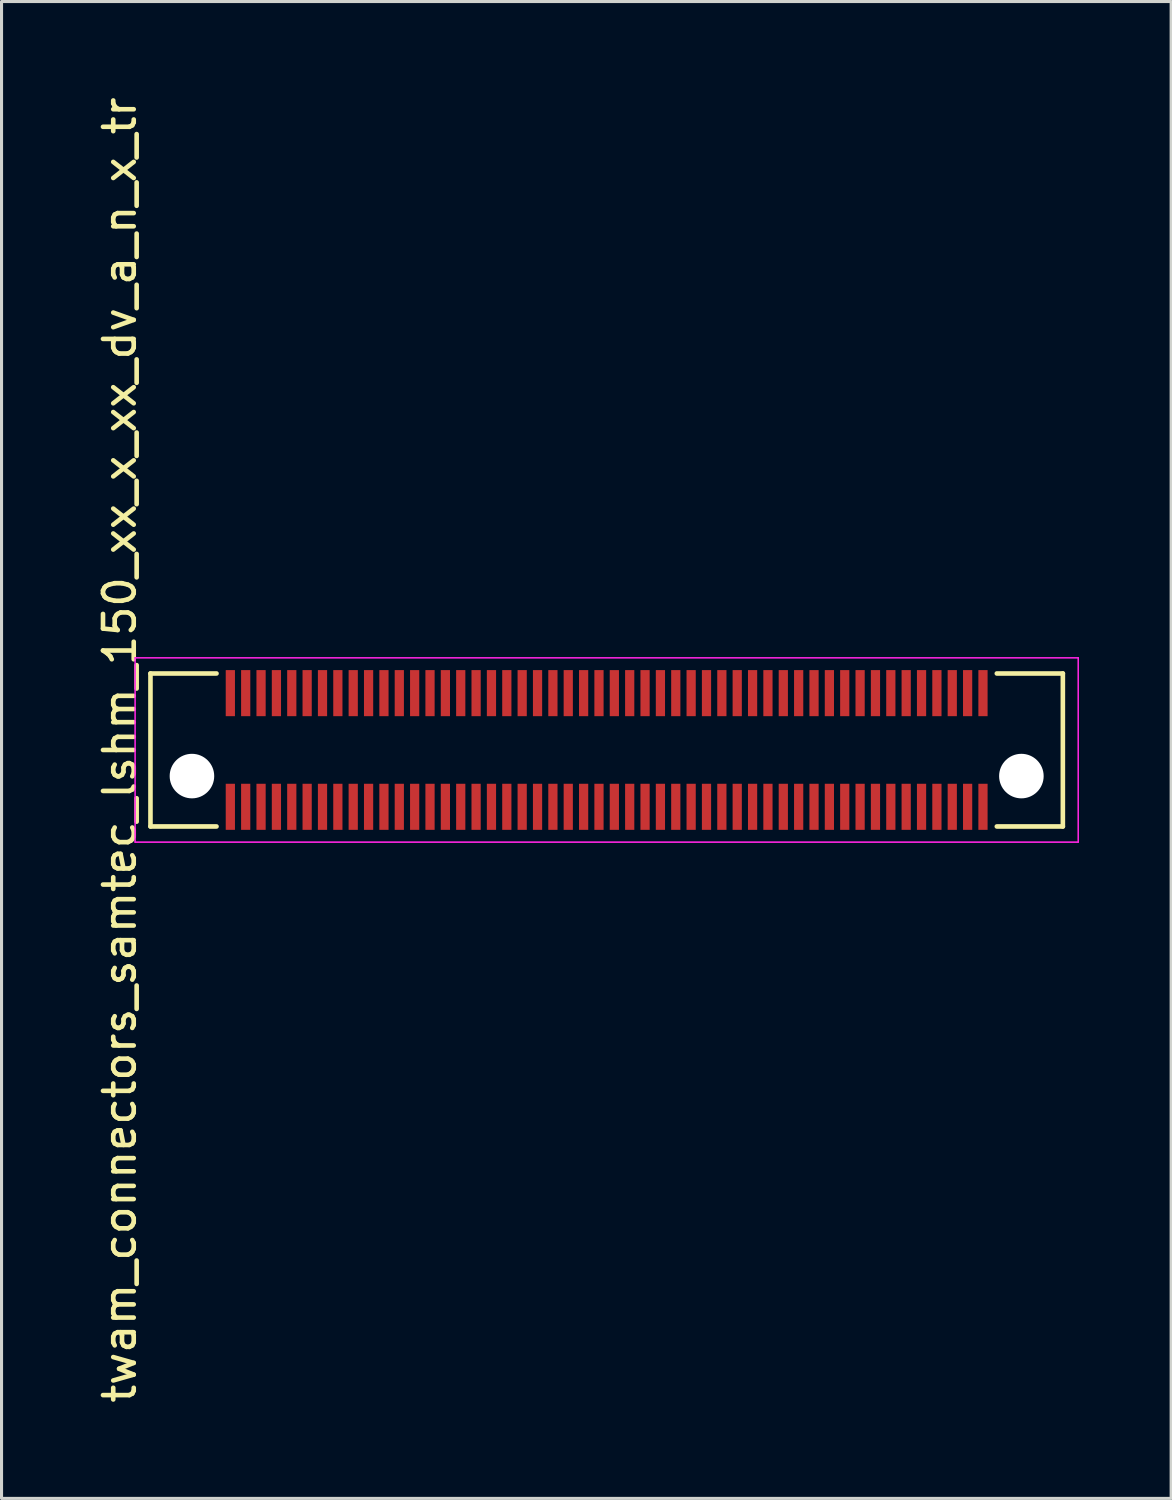
<source format=kicad_pcb>
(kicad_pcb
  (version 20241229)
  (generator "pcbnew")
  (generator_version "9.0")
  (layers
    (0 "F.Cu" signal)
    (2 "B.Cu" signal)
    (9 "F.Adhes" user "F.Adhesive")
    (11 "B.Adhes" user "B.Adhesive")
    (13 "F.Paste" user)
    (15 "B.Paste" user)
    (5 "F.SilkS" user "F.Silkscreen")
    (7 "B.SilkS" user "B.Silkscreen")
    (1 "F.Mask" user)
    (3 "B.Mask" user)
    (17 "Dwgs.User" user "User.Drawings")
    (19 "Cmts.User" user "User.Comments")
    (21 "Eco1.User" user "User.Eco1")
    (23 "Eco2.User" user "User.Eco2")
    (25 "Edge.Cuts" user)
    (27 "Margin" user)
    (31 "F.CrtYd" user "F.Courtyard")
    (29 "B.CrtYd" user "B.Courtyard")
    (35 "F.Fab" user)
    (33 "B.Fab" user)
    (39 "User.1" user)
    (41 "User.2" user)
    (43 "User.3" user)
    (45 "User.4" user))
  (footprint "twam_connectors_samtec_lshm_150_xx_x_xx_dv_a_n_x_tr"
    (layer "F.Cu")
    (at 16.698 21.363)
    (property "Reference" "twam_connectors_samtec_lshm_150_xx_x_xx_dv_a_n_x_tr" (at -15.85 0 270) (layer "F.SilkS") (effects (font (size 1 1) (thickness 0.15))))
    (attr smd)
    (fp_line (start -14.85 -2.49) (end -14.85 2.49) (stroke (width 0.15) (type solid)) (layer "F.SilkS"))
    (fp_line (start -14.85 -2.49) (end -12.7 -2.49) (stroke (width 0.15) (type solid)) (layer "F.SilkS"))
    (fp_line (start -14.85 2.49) (end -12.7 2.49) (stroke (width 0.15) (type solid)) (layer "F.SilkS"))
    (fp_line (start 12.7 -2.49) (end 14.85 -2.49) (stroke (width 0.15) (type solid)) (layer "F.SilkS"))
    (fp_line (start 12.7 2.49) (end 14.85 2.49) (stroke (width 0.15) (type solid)) (layer "F.SilkS"))
    (fp_line (start 14.85 -2.49) (end 14.85 2.49) (stroke (width 0.15) (type solid)) (layer "F.SilkS"))
    (fp_line (start -15.35 -3) (end -15.35 3) (stroke (width 0.05) (type solid)) (layer "F.CrtYd"))
    (fp_line (start -15.35 -3) (end 15.35 -3) (stroke (width 0.05) (type solid)) (layer "F.CrtYd"))
    (fp_line (start -15.35 3) (end 15.35 3) (stroke (width 0.05) (type solid)) (layer "F.CrtYd"))
    (fp_line (start 15.35 -3) (end 15.35 3) (stroke (width 0.05) (type solid)) (layer "F.CrtYd"))
    (pad "" np_thru_hole circle (at -13.5 0.85) (size 1.45 1.45) (drill 1.45) (layers "*.Cu" "*.Mask"))
    (pad "" np_thru_hole circle (at 13.5 0.85) (size 1.45 1.45) (drill 1.45) (layers "*.Cu" "*.Mask"))
    (pad "1" smd rect (at 12.25 1.85) (size 0.3 1.5) (layers "F.Cu" "F.Mask" "F.Paste"))
    (pad "2" smd rect (at 12.25 -1.85) (size 0.3 1.5) (layers "F.Cu" "F.Mask" "F.Paste"))
    (pad "3" smd rect (at 11.75 1.85) (size 0.3 1.5) (layers "F.Cu" "F.Mask" "F.Paste"))
    (pad "4" smd rect (at 11.75 -1.85) (size 0.3 1.5) (layers "F.Cu" "F.Mask" "F.Paste"))
    (pad "5" smd rect (at 11.25 1.85) (size 0.3 1.5) (layers "F.Cu" "F.Mask" "F.Paste"))
    (pad "6" smd rect (at 11.25 -1.85) (size 0.3 1.5) (layers "F.Cu" "F.Mask" "F.Paste"))
    (pad "7" smd rect (at 10.75 1.85) (size 0.3 1.5) (layers "F.Cu" "F.Mask" "F.Paste"))
    (pad "8" smd rect (at 10.75 -1.85) (size 0.3 1.5) (layers "F.Cu" "F.Mask" "F.Paste"))
    (pad "9" smd rect (at 10.25 1.85) (size 0.3 1.5) (layers "F.Cu" "F.Mask" "F.Paste"))
    (pad "10" smd rect (at 10.25 -1.85) (size 0.3 1.5) (layers "F.Cu" "F.Mask" "F.Paste"))
    (pad "11" smd rect (at 9.75 1.85) (size 0.3 1.5) (layers "F.Cu" "F.Mask" "F.Paste"))
    (pad "12" smd rect (at 9.75 -1.85) (size 0.3 1.5) (layers "F.Cu" "F.Mask" "F.Paste"))
    (pad "13" smd rect (at 9.25 1.85) (size 0.3 1.5) (layers "F.Cu" "F.Mask" "F.Paste"))
    (pad "14" smd rect (at 9.25 -1.85) (size 0.3 1.5) (layers "F.Cu" "F.Mask" "F.Paste"))
    (pad "15" smd rect (at 8.75 1.85) (size 0.3 1.5) (layers "F.Cu" "F.Mask" "F.Paste"))
    (pad "16" smd rect (at 8.75 -1.85) (size 0.3 1.5) (layers "F.Cu" "F.Mask" "F.Paste"))
    (pad "17" smd rect (at 8.25 1.85) (size 0.3 1.5) (layers "F.Cu" "F.Mask" "F.Paste"))
    (pad "18" smd rect (at 8.25 -1.85) (size 0.3 1.5) (layers "F.Cu" "F.Mask" "F.Paste"))
    (pad "19" smd rect (at 7.75 1.85) (size 0.3 1.5) (layers "F.Cu" "F.Mask" "F.Paste"))
    (pad "20" smd rect (at 7.75 -1.85) (size 0.3 1.5) (layers "F.Cu" "F.Mask" "F.Paste"))
    (pad "21" smd rect (at 7.25 1.85) (size 0.3 1.5) (layers "F.Cu" "F.Mask" "F.Paste"))
    (pad "22" smd rect (at 7.25 -1.85) (size 0.3 1.5) (layers "F.Cu" "F.Mask" "F.Paste"))
    (pad "23" smd rect (at 6.75 1.85) (size 0.3 1.5) (layers "F.Cu" "F.Mask" "F.Paste"))
    (pad "24" smd rect (at 6.75 -1.85) (size 0.3 1.5) (layers "F.Cu" "F.Mask" "F.Paste"))
    (pad "25" smd rect (at 6.25 1.85) (size 0.3 1.5) (layers "F.Cu" "F.Mask" "F.Paste"))
    (pad "26" smd rect (at 6.25 -1.85) (size 0.3 1.5) (layers "F.Cu" "F.Mask" "F.Paste"))
    (pad "27" smd rect (at 5.75 1.85) (size 0.3 1.5) (layers "F.Cu" "F.Mask" "F.Paste"))
    (pad "28" smd rect (at 5.75 -1.85) (size 0.3 1.5) (layers "F.Cu" "F.Mask" "F.Paste"))
    (pad "29" smd rect (at 5.25 1.85) (size 0.3 1.5) (layers "F.Cu" "F.Mask" "F.Paste"))
    (pad "30" smd rect (at 5.25 -1.85) (size 0.3 1.5) (layers "F.Cu" "F.Mask" "F.Paste"))
    (pad "31" smd rect (at 4.75 1.85) (size 0.3 1.5) (layers "F.Cu" "F.Mask" "F.Paste"))
    (pad "32" smd rect (at 4.75 -1.85) (size 0.3 1.5) (layers "F.Cu" "F.Mask" "F.Paste"))
    (pad "33" smd rect (at 4.25 1.85) (size 0.3 1.5) (layers "F.Cu" "F.Mask" "F.Paste"))
    (pad "34" smd rect (at 4.25 -1.85) (size 0.3 1.5) (layers "F.Cu" "F.Mask" "F.Paste"))
    (pad "35" smd rect (at 3.75 1.85) (size 0.3 1.5) (layers "F.Cu" "F.Mask" "F.Paste"))
    (pad "36" smd rect (at 3.75 -1.85) (size 0.3 1.5) (layers "F.Cu" "F.Mask" "F.Paste"))
    (pad "37" smd rect (at 3.25 1.85) (size 0.3 1.5) (layers "F.Cu" "F.Mask" "F.Paste"))
    (pad "38" smd rect (at 3.25 -1.85) (size 0.3 1.5) (layers "F.Cu" "F.Mask" "F.Paste"))
    (pad "39" smd rect (at 2.75 1.85) (size 0.3 1.5) (layers "F.Cu" "F.Mask" "F.Paste"))
    (pad "40" smd rect (at 2.75 -1.85) (size 0.3 1.5) (layers "F.Cu" "F.Mask" "F.Paste"))
    (pad "41" smd rect (at 2.25 1.85) (size 0.3 1.5) (layers "F.Cu" "F.Mask" "F.Paste"))
    (pad "42" smd rect (at 2.25 -1.85) (size 0.3 1.5) (layers "F.Cu" "F.Mask" "F.Paste"))
    (pad "43" smd rect (at 1.75 1.85) (size 0.3 1.5) (layers "F.Cu" "F.Mask" "F.Paste"))
    (pad "44" smd rect (at 1.75 -1.85) (size 0.3 1.5) (layers "F.Cu" "F.Mask" "F.Paste"))
    (pad "45" smd rect (at 1.25 1.85) (size 0.3 1.5) (layers "F.Cu" "F.Mask" "F.Paste"))
    (pad "46" smd rect (at 1.25 -1.85) (size 0.3 1.5) (layers "F.Cu" "F.Mask" "F.Paste"))
    (pad "47" smd rect (at 0.75 1.85) (size 0.3 1.5) (layers "F.Cu" "F.Mask" "F.Paste"))
    (pad "48" smd rect (at 0.75 -1.85) (size 0.3 1.5) (layers "F.Cu" "F.Mask" "F.Paste"))
    (pad "49" smd rect (at 0.25 1.85) (size 0.3 1.5) (layers "F.Cu" "F.Mask" "F.Paste"))
    (pad "50" smd rect (at 0.25 -1.85) (size 0.3 1.5) (layers "F.Cu" "F.Mask" "F.Paste"))
    (pad "51" smd rect (at -0.25 1.85) (size 0.3 1.5) (layers "F.Cu" "F.Mask" "F.Paste"))
    (pad "52" smd rect (at -0.25 -1.85) (size 0.3 1.5) (layers "F.Cu" "F.Mask" "F.Paste"))
    (pad "53" smd rect (at -0.75 1.85) (size 0.3 1.5) (layers "F.Cu" "F.Mask" "F.Paste"))
    (pad "54" smd rect (at -0.75 -1.85) (size 0.3 1.5) (layers "F.Cu" "F.Mask" "F.Paste"))
    (pad "55" smd rect (at -1.25 1.85) (size 0.3 1.5) (layers "F.Cu" "F.Mask" "F.Paste"))
    (pad "56" smd rect (at -1.25 -1.85) (size 0.3 1.5) (layers "F.Cu" "F.Mask" "F.Paste"))
    (pad "57" smd rect (at -1.75 1.85) (size 0.3 1.5) (layers "F.Cu" "F.Mask" "F.Paste"))
    (pad "58" smd rect (at -1.75 -1.85) (size 0.3 1.5) (layers "F.Cu" "F.Mask" "F.Paste"))
    (pad "59" smd rect (at -2.25 1.85) (size 0.3 1.5) (layers "F.Cu" "F.Mask" "F.Paste"))
    (pad "60" smd rect (at -2.25 -1.85) (size 0.3 1.5) (layers "F.Cu" "F.Mask" "F.Paste"))
    (pad "61" smd rect (at -2.75 1.85) (size 0.3 1.5) (layers "F.Cu" "F.Mask" "F.Paste"))
    (pad "62" smd rect (at -2.75 -1.85) (size 0.3 1.5) (layers "F.Cu" "F.Mask" "F.Paste"))
    (pad "63" smd rect (at -3.25 1.85) (size 0.3 1.5) (layers "F.Cu" "F.Mask" "F.Paste"))
    (pad "64" smd rect (at -3.25 -1.85) (size 0.3 1.5) (layers "F.Cu" "F.Mask" "F.Paste"))
    (pad "65" smd rect (at -3.75 1.85) (size 0.3 1.5) (layers "F.Cu" "F.Mask" "F.Paste"))
    (pad "66" smd rect (at -3.75 -1.85) (size 0.3 1.5) (layers "F.Cu" "F.Mask" "F.Paste"))
    (pad "67" smd rect (at -4.25 1.85) (size 0.3 1.5) (layers "F.Cu" "F.Mask" "F.Paste"))
    (pad "68" smd rect (at -4.25 -1.85) (size 0.3 1.5) (layers "F.Cu" "F.Mask" "F.Paste"))
    (pad "69" smd rect (at -4.75 1.85) (size 0.3 1.5) (layers "F.Cu" "F.Mask" "F.Paste"))
    (pad "70" smd rect (at -4.75 -1.85) (size 0.3 1.5) (layers "F.Cu" "F.Mask" "F.Paste"))
    (pad "71" smd rect (at -5.25 1.85) (size 0.3 1.5) (layers "F.Cu" "F.Mask" "F.Paste"))
    (pad "72" smd rect (at -5.25 -1.85) (size 0.3 1.5) (layers "F.Cu" "F.Mask" "F.Paste"))
    (pad "73" smd rect (at -5.75 1.85) (size 0.3 1.5) (layers "F.Cu" "F.Mask" "F.Paste"))
    (pad "74" smd rect (at -5.75 -1.85) (size 0.3 1.5) (layers "F.Cu" "F.Mask" "F.Paste"))
    (pad "75" smd rect (at -6.25 1.85) (size 0.3 1.5) (layers "F.Cu" "F.Mask" "F.Paste"))
    (pad "76" smd rect (at -6.25 -1.85) (size 0.3 1.5) (layers "F.Cu" "F.Mask" "F.Paste"))
    (pad "77" smd rect (at -6.75 1.85) (size 0.3 1.5) (layers "F.Cu" "F.Mask" "F.Paste"))
    (pad "78" smd rect (at -6.75 -1.85) (size 0.3 1.5) (layers "F.Cu" "F.Mask" "F.Paste"))
    (pad "79" smd rect (at -7.25 1.85) (size 0.3 1.5) (layers "F.Cu" "F.Mask" "F.Paste"))
    (pad "80" smd rect (at -7.25 -1.85) (size 0.3 1.5) (layers "F.Cu" "F.Mask" "F.Paste"))
    (pad "81" smd rect (at -7.75 1.85) (size 0.3 1.5) (layers "F.Cu" "F.Mask" "F.Paste"))
    (pad "82" smd rect (at -7.75 -1.85) (size 0.3 1.5) (layers "F.Cu" "F.Mask" "F.Paste"))
    (pad "83" smd rect (at -8.25 1.85) (size 0.3 1.5) (layers "F.Cu" "F.Mask" "F.Paste"))
    (pad "84" smd rect (at -8.25 -1.85) (size 0.3 1.5) (layers "F.Cu" "F.Mask" "F.Paste"))
    (pad "85" smd rect (at -8.75 1.85) (size 0.3 1.5) (layers "F.Cu" "F.Mask" "F.Paste"))
    (pad "86" smd rect (at -8.75 -1.85) (size 0.3 1.5) (layers "F.Cu" "F.Mask" "F.Paste"))
    (pad "87" smd rect (at -9.25 1.85) (size 0.3 1.5) (layers "F.Cu" "F.Mask" "F.Paste"))
    (pad "88" smd rect (at -9.25 -1.85) (size 0.3 1.5) (layers "F.Cu" "F.Mask" "F.Paste"))
    (pad "89" smd rect (at -9.75 1.85) (size 0.3 1.5) (layers "F.Cu" "F.Mask" "F.Paste"))
    (pad "90" smd rect (at -9.75 -1.85) (size 0.3 1.5) (layers "F.Cu" "F.Mask" "F.Paste"))
    (pad "91" smd rect (at -10.25 1.85) (size 0.3 1.5) (layers "F.Cu" "F.Mask" "F.Paste"))
    (pad "92" smd rect (at -10.25 -1.85) (size 0.3 1.5) (layers "F.Cu" "F.Mask" "F.Paste"))
    (pad "93" smd rect (at -10.75 1.85) (size 0.3 1.5) (layers "F.Cu" "F.Mask" "F.Paste"))
    (pad "94" smd rect (at -10.75 -1.85) (size 0.3 1.5) (layers "F.Cu" "F.Mask" "F.Paste"))
    (pad "95" smd rect (at -11.25 1.85) (size 0.3 1.5) (layers "F.Cu" "F.Mask" "F.Paste"))
    (pad "96" smd rect (at -11.25 -1.85) (size 0.3 1.5) (layers "F.Cu" "F.Mask" "F.Paste"))
    (pad "97" smd rect (at -11.75 1.85) (size 0.3 1.5) (layers "F.Cu" "F.Mask" "F.Paste"))
    (pad "98" smd rect (at -11.75 -1.85) (size 0.3 1.5) (layers "F.Cu" "F.Mask" "F.Paste"))
    (pad "99" smd rect (at -12.25 1.85) (size 0.3 1.5) (layers "F.Cu" "F.Mask" "F.Paste"))
    (pad "100" smd rect (at -12.25 -1.85) (size 0.3 1.5) (layers "F.Cu" "F.Mask" "F.Paste")))
  (gr_rect
    (start -3 -3)
    (end 35.073 45.726)
    (stroke (width 0.1) (type default))
    (fill no)
    (layer "Edge.Cuts")))
</source>
